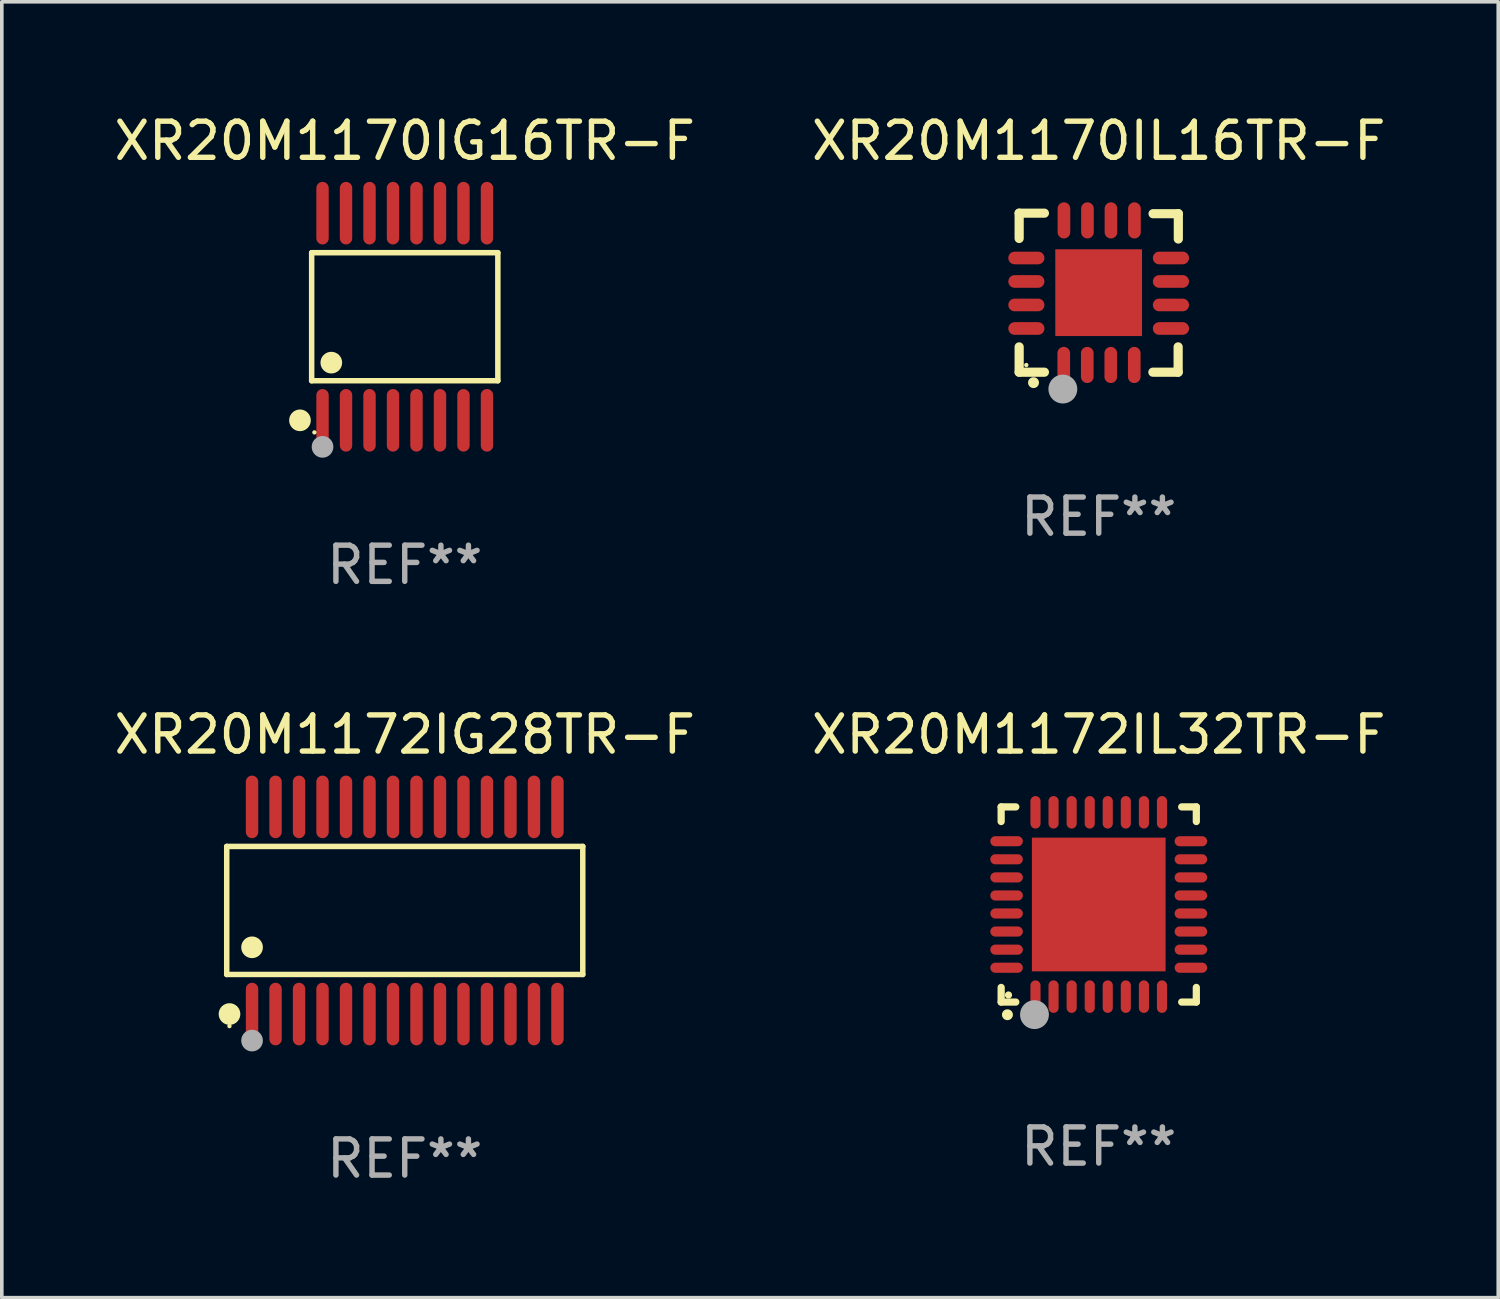
<source format=kicad_pcb>
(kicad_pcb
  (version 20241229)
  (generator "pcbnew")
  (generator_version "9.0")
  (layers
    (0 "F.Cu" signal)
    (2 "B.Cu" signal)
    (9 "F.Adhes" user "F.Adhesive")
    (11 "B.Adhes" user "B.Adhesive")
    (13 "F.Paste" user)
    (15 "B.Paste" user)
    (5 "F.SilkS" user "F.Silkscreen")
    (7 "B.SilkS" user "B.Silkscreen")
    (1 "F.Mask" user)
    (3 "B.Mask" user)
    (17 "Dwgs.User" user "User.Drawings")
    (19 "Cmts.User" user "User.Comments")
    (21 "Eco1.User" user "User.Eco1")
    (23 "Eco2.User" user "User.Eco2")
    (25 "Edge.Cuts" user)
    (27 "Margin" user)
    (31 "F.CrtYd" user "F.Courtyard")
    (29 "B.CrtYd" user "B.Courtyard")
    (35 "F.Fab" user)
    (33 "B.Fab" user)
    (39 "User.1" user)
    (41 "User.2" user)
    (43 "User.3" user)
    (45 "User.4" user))
  (footprint "XR20M1170IG16TR-F"
    (layer "F.Cu")
    (at 8.149 5.714)
    (property "Reference" "XR20M1170IG16TR-F" (at 0 -4.866 0) (layer "F.SilkS") (effects (font (size 1 1) (thickness 0.15))))
    (attr through_hole)
    (fp_line (start -2.576 -1.772) (end 2.576 -1.772) (stroke (width 0.152) (type solid)) (layer "F.SilkS"))
    (fp_line (start -2.576 1.771) (end -2.576 -1.772) (stroke (width 0.152) (type solid)) (layer "F.SilkS"))
    (fp_line (start 2.576 -1.772) (end 2.576 1.771) (stroke (width 0.152) (type solid)) (layer "F.SilkS"))
    (fp_line (start 2.576 1.771) (end -2.576 1.771) (stroke (width 0.152) (type solid)) (layer "F.SilkS"))
    (fp_circle (center -2.899 2.866) (end -2.749 2.866) (stroke (width 0.3) (type solid)) (fill no) (layer "F.SilkS"))
    (fp_circle (center -2.5 3.2) (end -2.47 3.2) (stroke (width 0.06) (type solid)) (fill no) (layer "F.SilkS"))
    (fp_circle (center -2.032 1.27) (end -1.882 1.27) (stroke (width 0.3) (type solid)) (fill no) (layer "F.SilkS"))
    (fp_circle (center -2.275 3.6) (end -2.125 3.6) (stroke (width 0.3) (type solid)) (fill no) (layer "F.Fab"))
    (fp_text user "REF**" (at 0 6.866 0) (layer "F.Fab") (effects (font (size 1 1) (thickness 0.15))))
    (pad "1" smd oval (at -2.275 2.866) (size 0.343 1.731) (layers "F.Cu" "F.Mask" "F.Paste"))
    (pad "2" smd oval (at -1.625 2.866) (size 0.343 1.731) (layers "F.Cu" "F.Mask" "F.Paste"))
    (pad "3" smd oval (at -0.975 2.866) (size 0.343 1.731) (layers "F.Cu" "F.Mask" "F.Paste"))
    (pad "4" smd oval (at -0.325 2.866) (size 0.343 1.731) (layers "F.Cu" "F.Mask" "F.Paste"))
    (pad "5" smd oval (at 0.325 2.866) (size 0.343 1.731) (layers "F.Cu" "F.Mask" "F.Paste"))
    (pad "6" smd oval (at 0.975 2.866) (size 0.343 1.731) (layers "F.Cu" "F.Mask" "F.Paste"))
    (pad "7" smd oval (at 1.625 2.866) (size 0.343 1.731) (layers "F.Cu" "F.Mask" "F.Paste"))
    (pad "8" smd oval (at 2.275 2.866) (size 0.343 1.731) (layers "F.Cu" "F.Mask" "F.Paste"))
    (pad "9" smd oval (at 2.275 -2.866) (size 0.343 1.731) (layers "F.Cu" "F.Mask" "F.Paste"))
    (pad "10" smd oval (at 1.625 -2.866) (size 0.343 1.731) (layers "F.Cu" "F.Mask" "F.Paste"))
    (pad "11" smd oval (at 0.975 -2.866) (size 0.343 1.731) (layers "F.Cu" "F.Mask" "F.Paste"))
    (pad "12" smd oval (at 0.325 -2.866) (size 0.343 1.731) (layers "F.Cu" "F.Mask" "F.Paste"))
    (pad "13" smd oval (at -0.325 -2.866) (size 0.343 1.731) (layers "F.Cu" "F.Mask" "F.Paste"))
    (pad "14" smd oval (at -0.975 -2.866) (size 0.343 1.731) (layers "F.Cu" "F.Mask" "F.Paste"))
    (pad "15" smd oval (at -1.625 -2.866) (size 0.343 1.731) (layers "F.Cu" "F.Mask" "F.Paste"))
    (pad "16" smd oval (at -2.275 -2.866) (size 0.343 1.731) (layers "F.Cu" "F.Mask" "F.Paste")))
  (footprint "XR20M1170IL16TR-F"
    (layer "F.Cu")
    (at 27.351 5.048)
    (property "Reference" "XR20M1170IL16TR-F" (at 0 -4.2 0) (layer "F.SilkS") (effects (font (size 1 1) (thickness 0.15))))
    (attr through_hole)
    (fp_line (start -2.202 -2.2) (end -2.202 -1.5) (stroke (width 0.254) (type solid)) (layer "F.SilkS"))
    (fp_line (start -2.202 2.2) (end -2.202 1.5) (stroke (width 0.254) (type solid)) (layer "F.SilkS"))
    (fp_line (start -1.503 -2.2) (end -2.202 -2.2) (stroke (width 0.254) (type solid)) (layer "F.SilkS"))
    (fp_line (start -1.503 2.2) (end -2.202 2.2) (stroke (width 0.254) (type solid)) (layer "F.SilkS"))
    (fp_line (start 1.498 2.2) (end 2.197 2.2) (stroke (width 0.254) (type solid)) (layer "F.SilkS"))
    (fp_line (start 2.197 2.2) (end 2.197 1.5) (stroke (width 0.254) (type solid)) (layer "F.SilkS"))
    (fp_line (start 2.202 -2.185) (end 1.503 -2.185) (stroke (width 0.254) (type solid)) (layer "F.SilkS"))
    (fp_line (start 2.202 -1.485) (end 2.202 -2.185) (stroke (width 0.254) (type solid)) (layer "F.SilkS"))
    (fp_arc (start -1.805944 2.489205) (mid -1.804674 2.4892) (end -1.803404 2.489205) (stroke (width 0.3) (type solid)) (layer "F.SilkS"))
    (fp_circle (center -2.004 2.002) (end -1.974 2.002) (stroke (width 0.06) (type solid)) (fill no) (layer "F.SilkS"))
    (fp_circle (center -0.993 2.667) (end -0.793 2.667) (stroke (width 0.4) (type solid)) (fill no) (layer "F.Fab"))
    (fp_text user "REF**" (at 0 6.2 0) (layer "F.Fab") (effects (font (size 1 1) (thickness 0.15))))
    (pad "1" smd oval (at -0.968 2) (size 0.35 1) (layers "F.Cu" "F.Mask" "F.Paste"))
    (pad "2" smd oval (at -0.317 2) (size 0.35 1) (layers "F.Cu" "F.Mask" "F.Paste"))
    (pad "3" smd oval (at 0.333 2) (size 0.35 1) (layers "F.Cu" "F.Mask" "F.Paste"))
    (pad "4" smd oval (at 0.983 2) (size 0.35 1) (layers "F.Cu" "F.Mask" "F.Paste"))
    (pad "5" smd oval (at 1.998 0.991 90) (size 0.35 1) (layers "F.Cu" "F.Mask" "F.Paste"))
    (pad "6" smd oval (at 1.998 0.34 90) (size 0.35 1) (layers "F.Cu" "F.Mask" "F.Paste"))
    (pad "7" smd oval (at 1.998 -0.31 90) (size 0.35 1) (layers "F.Cu" "F.Mask" "F.Paste"))
    (pad "8" smd oval (at 1.998 -0.96 90) (size 0.35 1) (layers "F.Cu" "F.Mask" "F.Paste"))
    (pad "9" smd oval (at 0.988 -2) (size 0.35 1) (layers "F.Cu" "F.Mask" "F.Paste"))
    (pad "10" smd oval (at 0.338 -2) (size 0.35 1) (layers "F.Cu" "F.Mask" "F.Paste"))
    (pad "11" smd oval (at -0.312 -2) (size 0.35 1) (layers "F.Cu" "F.Mask" "F.Paste"))
    (pad "12" smd oval (at -0.963 -2) (size 0.35 1) (layers "F.Cu" "F.Mask" "F.Paste"))
    (pad "13" smd oval (at -2.002 -0.96 90) (size 0.35 1) (layers "F.Cu" "F.Mask" "F.Paste"))
    (pad "14" smd oval (at -2.002 -0.31 90) (size 0.35 1) (layers "F.Cu" "F.Mask" "F.Paste"))
    (pad "15" smd oval (at -2.002 0.34 90) (size 0.35 1) (layers "F.Cu" "F.Mask" "F.Paste"))
    (pad "16" smd oval (at -2.002 0.991 90) (size 0.35 1) (layers "F.Cu" "F.Mask" "F.Paste"))
    (pad "17" smd rect (at -0.002 0.000127 90) (size 2.4 2.4) (layers "F.Cu" "F.Mask" "F.Paste")))
  (footprint "XR20M1172IL32TR-F"
    (layer "F.Cu")
    (at 27.351 21.976)
    (property "Reference" "XR20M1172IL32TR-F" (at 0 -4.7 0) (layer "F.SilkS") (effects (font (size 1 1) (thickness 0.15))))
    (attr through_hole)
    (fp_line (start -2.7 -2.7) (end -2.295 -2.7) (stroke (width 0.2) (type solid)) (layer "F.SilkS"))
    (fp_line (start -2.7 -2.295) (end -2.7 -2.7) (stroke (width 0.2) (type solid)) (layer "F.SilkS"))
    (fp_line (start -2.7 2.7) (end -2.7 2.295) (stroke (width 0.2) (type solid)) (layer "F.SilkS"))
    (fp_line (start -2.295 2.7) (end -2.7 2.7) (stroke (width 0.2) (type solid)) (layer "F.SilkS"))
    (fp_line (start 2.295 2.7) (end 2.7 2.7) (stroke (width 0.2) (type solid)) (layer "F.SilkS"))
    (fp_line (start 2.7 -2.7) (end 2.295 -2.7) (stroke (width 0.2) (type solid)) (layer "F.SilkS"))
    (fp_line (start 2.7 -2.295) (end 2.7 -2.7) (stroke (width 0.2) (type solid)) (layer "F.SilkS"))
    (fp_line (start 2.7 2.7) (end 2.7 2.295) (stroke (width 0.2) (type solid)) (layer "F.SilkS"))
    (fp_arc (start -2.527889 3.050546) (mid -2.526619 3.050541) (end -2.525349 3.050546) (stroke (width 0.3) (type solid)) (layer "F.SilkS"))
    (fp_circle (center -2.497 2.505) (end -2.447 2.505) (stroke (width 0.1) (type solid)) (fill no) (layer "F.SilkS"))
    (fp_circle (center -1.778 3.048) (end -1.578 3.048) (stroke (width 0.4) (type solid)) (fill no) (layer "F.Fab"))
    (fp_text user "REF**" (at 0 6.7 0) (layer "F.Fab") (effects (font (size 1 1) (thickness 0.15))))
    (pad "1" smd oval (at -1.75 2.55) (size 0.28 0.9) (layers "F.Cu" "F.Mask" "F.Paste"))
    (pad "2" smd oval (at -1.25 2.55) (size 0.28 0.9) (layers "F.Cu" "F.Mask" "F.Paste"))
    (pad "3" smd oval (at -0.749 2.55) (size 0.28 0.9) (layers "F.Cu" "F.Mask" "F.Paste"))
    (pad "4" smd oval (at -0.249 2.55) (size 0.28 0.9) (layers "F.Cu" "F.Mask" "F.Paste"))
    (pad "5" smd oval (at 0.249 2.55) (size 0.28 0.9) (layers "F.Cu" "F.Mask" "F.Paste"))
    (pad "6" smd oval (at 0.749 2.55) (size 0.28 0.9) (layers "F.Cu" "F.Mask" "F.Paste"))
    (pad "7" smd oval (at 1.25 2.55) (size 0.28 0.9) (layers "F.Cu" "F.Mask" "F.Paste"))
    (pad "8" smd oval (at 1.75 2.55) (size 0.28 0.9) (layers "F.Cu" "F.Mask" "F.Paste"))
    (pad "9" smd oval (at 2.55 1.75) (size 0.9 0.28) (layers "F.Cu" "F.Mask" "F.Paste"))
    (pad "10" smd oval (at 2.55 1.25) (size 0.9 0.28) (layers "F.Cu" "F.Mask" "F.Paste"))
    (pad "11" smd oval (at 2.55 0.749) (size 0.9 0.28) (layers "F.Cu" "F.Mask" "F.Paste"))
    (pad "12" smd oval (at 2.55 0.249) (size 0.9 0.28) (layers "F.Cu" "F.Mask" "F.Paste"))
    (pad "13" smd oval (at 2.55 -0.249) (size 0.9 0.28) (layers "F.Cu" "F.Mask" "F.Paste"))
    (pad "14" smd oval (at 2.55 -0.749) (size 0.9 0.28) (layers "F.Cu" "F.Mask" "F.Paste"))
    (pad "15" smd oval (at 2.55 -1.25) (size 0.9 0.28) (layers "F.Cu" "F.Mask" "F.Paste"))
    (pad "16" smd oval (at 2.55 -1.75) (size 0.9 0.28) (layers "F.Cu" "F.Mask" "F.Paste"))
    (pad "17" smd oval (at 1.75 -2.55) (size 0.28 0.9) (layers "F.Cu" "F.Mask" "F.Paste"))
    (pad "18" smd oval (at 1.25 -2.55) (size 0.28 0.9) (layers "F.Cu" "F.Mask" "F.Paste"))
    (pad "19" smd oval (at 0.749 -2.55) (size 0.28 0.9) (layers "F.Cu" "F.Mask" "F.Paste"))
    (pad "20" smd oval (at 0.249 -2.55) (size 0.28 0.9) (layers "F.Cu" "F.Mask" "F.Paste"))
    (pad "21" smd oval (at -0.249 -2.55) (size 0.28 0.9) (layers "F.Cu" "F.Mask" "F.Paste"))
    (pad "22" smd oval (at -0.749 -2.55) (size 0.28 0.9) (layers "F.Cu" "F.Mask" "F.Paste"))
    (pad "23" smd oval (at -1.25 -2.55) (size 0.28 0.9) (layers "F.Cu" "F.Mask" "F.Paste"))
    (pad "24" smd oval (at -1.75 -2.55) (size 0.28 0.9) (layers "F.Cu" "F.Mask" "F.Paste"))
    (pad "25" smd oval (at -2.55 -1.75) (size 0.9 0.28) (layers "F.Cu" "F.Mask" "F.Paste"))
    (pad "26" smd oval (at -2.55 -1.25) (size 0.9 0.28) (layers "F.Cu" "F.Mask" "F.Paste"))
    (pad "27" smd oval (at -2.55 -0.749) (size 0.9 0.28) (layers "F.Cu" "F.Mask" "F.Paste"))
    (pad "28" smd oval (at -2.55 -0.249) (size 0.9 0.28) (layers "F.Cu" "F.Mask" "F.Paste"))
    (pad "29" smd oval (at -2.55 0.249) (size 0.9 0.28) (layers "F.Cu" "F.Mask" "F.Paste"))
    (pad "30" smd oval (at -2.55 0.749) (size 0.9 0.28) (layers "F.Cu" "F.Mask" "F.Paste"))
    (pad "31" smd oval (at -2.55 1.25) (size 0.9 0.28) (layers "F.Cu" "F.Mask" "F.Paste"))
    (pad "32" smd oval (at -2.55 1.75) (size 0.9 0.28) (layers "F.Cu" "F.Mask" "F.Paste"))
    (pad "33" smd rect (at 0.000076 0.000076) (size 3.7 3.7) (layers "F.Cu" "F.Mask" "F.Paste")))
  (footprint "XR20M1172IG28TR-F"
    (layer "F.Cu")
    (at 8.149 22.142)
    (property "Reference" "XR20M1172IG28TR-F" (at 0 -4.866 0) (layer "F.SilkS") (effects (font (size 1 1) (thickness 0.15))))
    (attr through_hole)
    (fp_line (start -4.926 -1.772) (end 4.926 -1.772) (stroke (width 0.152) (type solid)) (layer "F.SilkS"))
    (fp_line (start -4.926 1.771) (end -4.926 -1.772) (stroke (width 0.152) (type solid)) (layer "F.SilkS"))
    (fp_line (start 4.926 -1.772) (end 4.926 1.771) (stroke (width 0.152) (type solid)) (layer "F.SilkS"))
    (fp_line (start 4.926 1.771) (end -4.926 1.771) (stroke (width 0.152) (type solid)) (layer "F.SilkS"))
    (fp_circle (center -4.85 3.2) (end -4.82 3.2) (stroke (width 0.06) (type solid)) (fill no) (layer "F.SilkS"))
    (fp_circle (center -4.849 2.866) (end -4.699 2.866) (stroke (width 0.3) (type solid)) (fill no) (layer "F.SilkS"))
    (fp_circle (center -4.225 1.019) (end -4.075 1.019) (stroke (width 0.3) (type solid)) (fill no) (layer "F.SilkS"))
    (fp_circle (center -4.225 3.6) (end -4.075 3.6) (stroke (width 0.3) (type solid)) (fill no) (layer "F.Fab"))
    (fp_text user "REF**" (at 0 6.866 0) (layer "F.Fab") (effects (font (size 1 1) (thickness 0.15))))
    (pad "1" smd oval (at -4.225 2.866) (size 0.343 1.731) (layers "F.Cu" "F.Mask" "F.Paste"))
    (pad "2" smd oval (at -3.575 2.866) (size 0.343 1.731) (layers "F.Cu" "F.Mask" "F.Paste"))
    (pad "3" smd oval (at -2.925 2.866) (size 0.343 1.731) (layers "F.Cu" "F.Mask" "F.Paste"))
    (pad "4" smd oval (at -2.275 2.866) (size 0.343 1.731) (layers "F.Cu" "F.Mask" "F.Paste"))
    (pad "5" smd oval (at -1.625 2.866) (size 0.343 1.731) (layers "F.Cu" "F.Mask" "F.Paste"))
    (pad "6" smd oval (at -0.975 2.866) (size 0.343 1.731) (layers "F.Cu" "F.Mask" "F.Paste"))
    (pad "7" smd oval (at -0.325 2.866) (size 0.343 1.731) (layers "F.Cu" "F.Mask" "F.Paste"))
    (pad "8" smd oval (at 0.325 2.866) (size 0.343 1.731) (layers "F.Cu" "F.Mask" "F.Paste"))
    (pad "9" smd oval (at 0.975 2.866) (size 0.343 1.731) (layers "F.Cu" "F.Mask" "F.Paste"))
    (pad "10" smd oval (at 1.625 2.866) (size 0.343 1.731) (layers "F.Cu" "F.Mask" "F.Paste"))
    (pad "11" smd oval (at 2.275 2.866) (size 0.343 1.731) (layers "F.Cu" "F.Mask" "F.Paste"))
    (pad "12" smd oval (at 2.925 2.866) (size 0.343 1.731) (layers "F.Cu" "F.Mask" "F.Paste"))
    (pad "13" smd oval (at 3.575 2.866) (size 0.343 1.731) (layers "F.Cu" "F.Mask" "F.Paste"))
    (pad "14" smd oval (at 4.225 2.866) (size 0.343 1.731) (layers "F.Cu" "F.Mask" "F.Paste"))
    (pad "15" smd oval (at 4.225 -2.866) (size 0.343 1.731) (layers "F.Cu" "F.Mask" "F.Paste"))
    (pad "16" smd oval (at 3.575 -2.866) (size 0.343 1.731) (layers "F.Cu" "F.Mask" "F.Paste"))
    (pad "17" smd oval (at 2.925 -2.866) (size 0.343 1.731) (layers "F.Cu" "F.Mask" "F.Paste"))
    (pad "18" smd oval (at 2.275 -2.866) (size 0.343 1.731) (layers "F.Cu" "F.Mask" "F.Paste"))
    (pad "19" smd oval (at 1.625 -2.866) (size 0.343 1.731) (layers "F.Cu" "F.Mask" "F.Paste"))
    (pad "20" smd oval (at 0.975 -2.866) (size 0.343 1.731) (layers "F.Cu" "F.Mask" "F.Paste"))
    (pad "21" smd oval (at 0.325 -2.866) (size 0.343 1.731) (layers "F.Cu" "F.Mask" "F.Paste"))
    (pad "22" smd oval (at -0.325 -2.866) (size 0.343 1.731) (layers "F.Cu" "F.Mask" "F.Paste"))
    (pad "23" smd oval (at -0.975 -2.866) (size 0.343 1.731) (layers "F.Cu" "F.Mask" "F.Paste"))
    (pad "24" smd oval (at -1.625 -2.866) (size 0.343 1.731) (layers "F.Cu" "F.Mask" "F.Paste"))
    (pad "25" smd oval (at -2.275 -2.866) (size 0.343 1.731) (layers "F.Cu" "F.Mask" "F.Paste"))
    (pad "26" smd oval (at -2.925 -2.866) (size 0.343 1.731) (layers "F.Cu" "F.Mask" "F.Paste"))
    (pad "27" smd oval (at -3.575 -2.866) (size 0.343 1.731) (layers "F.Cu" "F.Mask" "F.Paste"))
    (pad "28" smd oval (at -4.225 -2.866) (size 0.343 1.731) (layers "F.Cu" "F.Mask" "F.Paste")))
  (gr_rect
    (start -3 -3)
    (end 38.405 32.856)
    (stroke (width 0.1) (type default))
    (fill no)
    (layer "Edge.Cuts")))
</source>
